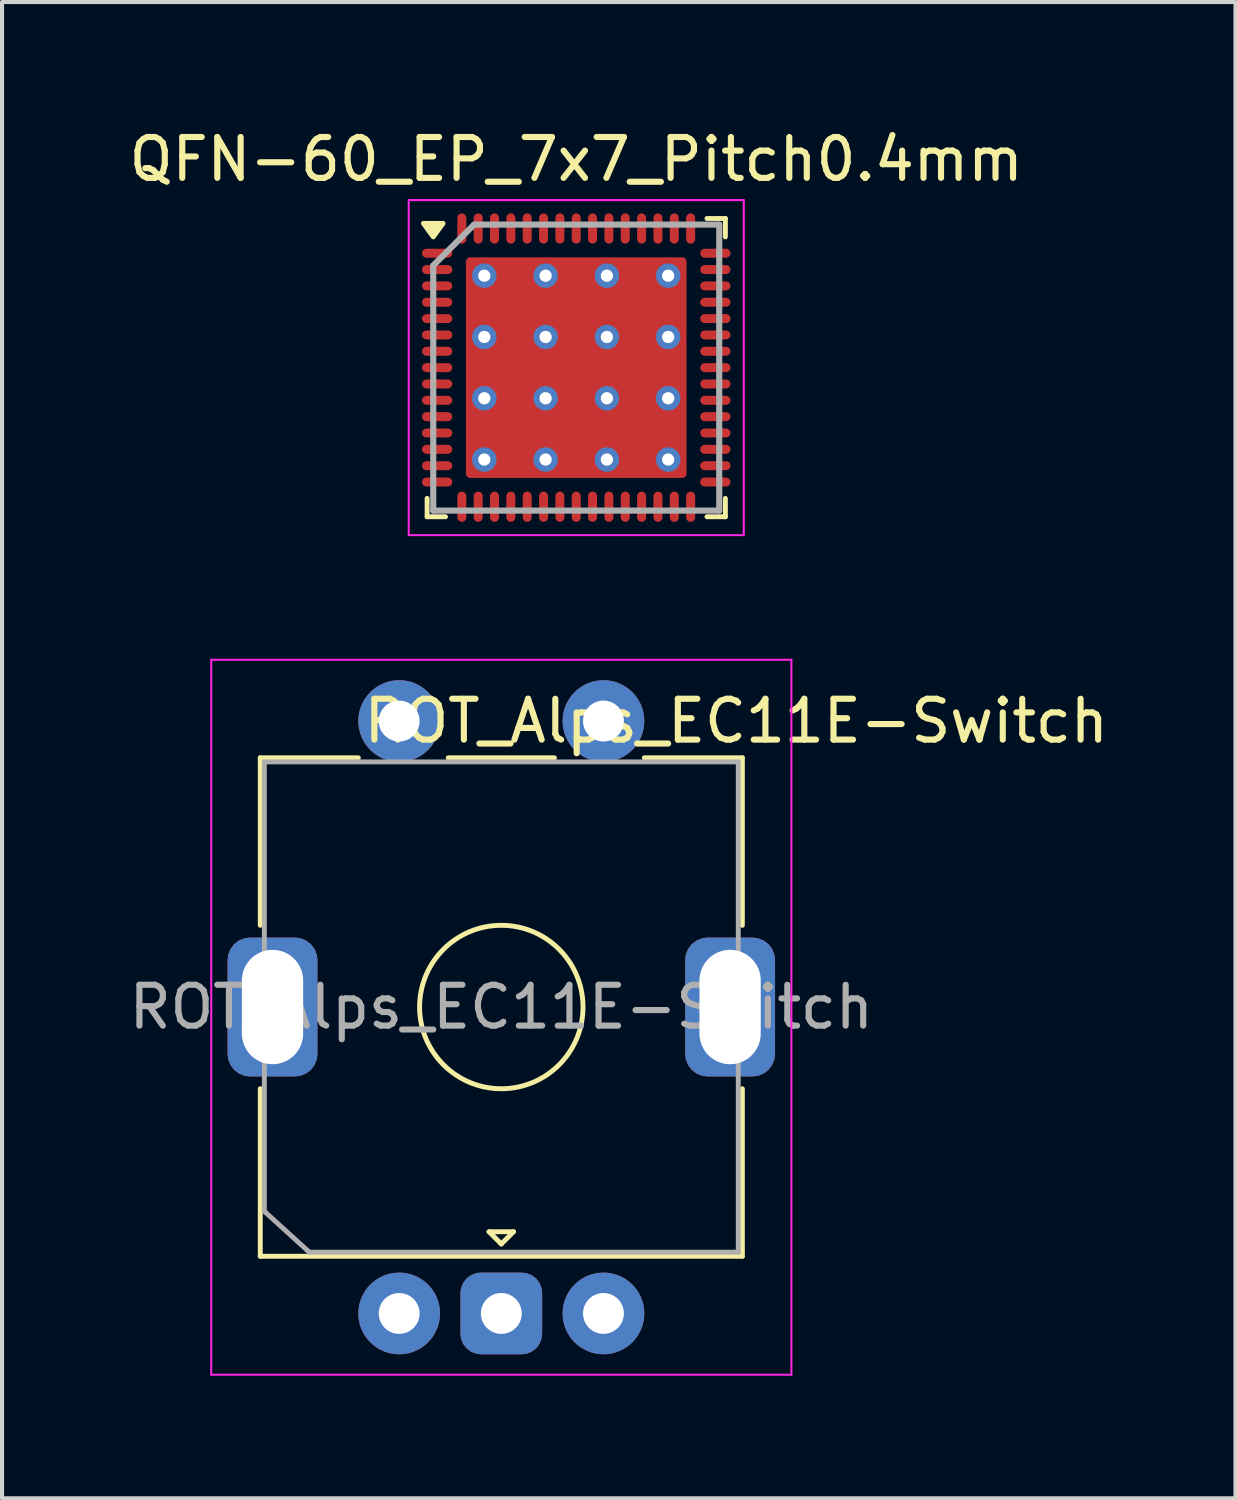
<source format=kicad_pcb>
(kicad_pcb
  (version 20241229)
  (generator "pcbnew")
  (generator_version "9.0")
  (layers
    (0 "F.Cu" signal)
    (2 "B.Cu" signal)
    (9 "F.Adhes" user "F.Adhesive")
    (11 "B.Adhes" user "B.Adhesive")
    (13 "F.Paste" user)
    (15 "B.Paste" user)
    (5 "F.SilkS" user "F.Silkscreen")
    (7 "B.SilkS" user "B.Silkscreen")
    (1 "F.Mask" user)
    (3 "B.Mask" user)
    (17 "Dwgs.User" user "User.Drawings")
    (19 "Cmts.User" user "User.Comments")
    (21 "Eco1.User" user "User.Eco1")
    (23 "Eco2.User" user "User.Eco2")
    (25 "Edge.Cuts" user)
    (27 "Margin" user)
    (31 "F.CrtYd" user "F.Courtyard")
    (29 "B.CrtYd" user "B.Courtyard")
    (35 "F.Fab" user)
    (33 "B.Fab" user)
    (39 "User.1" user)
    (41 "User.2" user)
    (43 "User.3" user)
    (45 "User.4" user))
  (footprint "ROT_Alps_EC11E-Switch"
    (layer "F.Cu")
    (at 9.22 21.598)
    (property "Reference" "ROT_Alps_EC11E-Switch" (at 5.75 -7 180) (layer "F.SilkS") (effects (font (size 1 1) (thickness 0.15))))
    (attr through_hole)
    (fp_line (start -5.9 -6.1) (end -3.5 -6.1) (stroke (width 0.12) (type solid)) (layer "F.SilkS"))
    (fp_line (start -5.9 -2) (end -5.9 -6.1) (stroke (width 0.12) (type solid)) (layer "F.SilkS"))
    (fp_line (start -5.9 2) (end -5.9 6.1) (stroke (width 0.12) (type solid)) (layer "F.SilkS"))
    (fp_line (start -5.9 6.1) (end 5.9 6.1) (stroke (width 0.12) (type solid)) (layer "F.SilkS"))
    (fp_line (start -1.3 -6.1) (end 1.3 -6.1) (stroke (width 0.12) (type solid)) (layer "F.SilkS"))
    (fp_line (start -0.3 5.5) (end 0.3 5.5) (stroke (width 0.12) (type solid)) (layer "F.SilkS"))
    (fp_line (start 0 5.8) (end -0.3 5.5) (stroke (width 0.12) (type solid)) (layer "F.SilkS"))
    (fp_line (start 0.3 5.5) (end 0 5.8) (stroke (width 0.12) (type solid)) (layer "F.SilkS"))
    (fp_line (start 3.5 -6.1) (end 5.9 -6.1) (stroke (width 0.12) (type solid)) (layer "F.SilkS"))
    (fp_line (start 5.9 -6.1) (end 5.9 -2) (stroke (width 0.12) (type solid)) (layer "F.SilkS"))
    (fp_line (start 5.9 2) (end 5.9 6.1) (stroke (width 0.12) (type solid)) (layer "F.SilkS"))
    (fp_circle (center 0 0) (end 0 -2) (stroke (width 0.12) (type solid)) (fill no) (layer "F.SilkS"))
    (fp_line (start -7.1 9) (end -7.1 -8.5) (stroke (width 0.05) (type solid)) (layer "F.CrtYd"))
    (fp_line (start -7.1 9) (end 7.1 9) (stroke (width 0.05) (type solid)) (layer "F.CrtYd"))
    (fp_line (start 7.1 -8.5) (end -7.1 -8.5) (stroke (width 0.05) (type solid)) (layer "F.CrtYd"))
    (fp_line (start 7.1 -8.5) (end 7.1 9) (stroke (width 0.05) (type solid)) (layer "F.CrtYd"))
    (fp_line (start -5.8 -6) (end 5.8 -6) (stroke (width 0.12) (type solid)) (layer "F.Fab"))
    (fp_line (start -5.8 5) (end -5.8 -6) (stroke (width 0.12) (type solid)) (layer "F.Fab"))
    (fp_line (start -4.7 6) (end -5.8 5) (stroke (width 0.12) (type solid)) (layer "F.Fab"))
    (fp_line (start 5.8 -6) (end 5.8 6) (stroke (width 0.12) (type solid)) (layer "F.Fab"))
    (fp_line (start 5.8 6) (end -4.7 6) (stroke (width 0.12) (type solid)) (layer "F.Fab"))
    (fp_text user "${REFERENCE}" (at 0 0 0) (layer "F.Fab") (effects (font (size 1 1) (thickness 0.15))))
    (pad "A" thru_hole circle (at -2.5 7.5 90) (size 2 2) (drill 1) (layers "*.Cu" "B.Mask"))
    (pad "B" thru_hole circle (at 2.5 7.5 90) (size 2 2) (drill 1) (layers "*.Cu" "B.Mask"))
    (pad "C" thru_hole roundrect (at 0 7.5 90) (size 2 2) (drill 1) (layers "*.Cu" "B.Mask") (roundrect_rratio 0.25))
    (pad "MP" thru_hole roundrect (at -5.6 0 90) (size 3.4 2.2) (drill oval 2.8 1.5) (layers "*.Cu" "B.Mask") (roundrect_rratio 0.25))
    (pad "MP" thru_hole roundrect (at 5.6 0 90) (size 3.4 2.2) (drill oval 2.8 1.5) (layers "*.Cu" "B.Mask") (roundrect_rratio 0.25))
    (pad "S1" thru_hole circle (at 2.5 -7 90) (size 2 2) (drill 1) (layers "*.Cu" "B.Mask"))
    (pad "S2" thru_hole circle (at -2.5 -7 90) (size 2 2) (drill 1) (layers "*.Cu" "B.Mask")))
  (footprint "QFN-60_EP_7x7_Pitch0.4mm"
    (layer "F.Cu")
    (at 11.054 5.948)
    (property "Reference" "QFN-60_EP_7x7_Pitch0.4mm" (at 0 -5.1 0) (layer "F.SilkS") (effects (font (size 1 1) (thickness 0.15))))
    (attr smd)
    (fp_line (start -3.65 3.65) (end -3.65 3.2) (stroke (width 0.12) (type solid)) (layer "F.SilkS"))
    (fp_line (start -3.2 3.65) (end -3.65 3.65) (stroke (width 0.12) (type solid)) (layer "F.SilkS"))
    (fp_line (start 3.2 -3.65) (end 3.65 -3.65) (stroke (width 0.12) (type solid)) (layer "F.SilkS"))
    (fp_line (start 3.2 3.65) (end 3.65 3.65) (stroke (width 0.12) (type solid)) (layer "F.SilkS"))
    (fp_line (start 3.65 -3.65) (end 3.65 -3.2) (stroke (width 0.12) (type solid)) (layer "F.SilkS"))
    (fp_line (start 3.65 3.65) (end 3.65 3.2) (stroke (width 0.12) (type solid)) (layer "F.SilkS"))
    (fp_poly (pts (xy -3.5 -3.2) (xy -3.74 -3.53) (xy -3.26 -3.53) (xy -3.5 -3.2)) (stroke (width 0.12) (type solid)) (fill yes) (layer "F.SilkS"))
    (fp_line (start -4.1 -4.1) (end 4.1 -4.1) (stroke (width 0.05) (type solid)) (layer "F.CrtYd"))
    (fp_line (start -4.1 4.1) (end -4.1 -4.1) (stroke (width 0.05) (type solid)) (layer "F.CrtYd"))
    (fp_line (start 4.1 -4.1) (end 4.1 4.1) (stroke (width 0.05) (type solid)) (layer "F.CrtYd"))
    (fp_line (start 4.1 4.1) (end -4.1 4.1) (stroke (width 0.05) (type solid)) (layer "F.CrtYd"))
    (fp_line (start -3.5 -2.5) (end -3.5 3.5) (stroke (width 0.15) (type solid)) (layer "F.Fab"))
    (fp_line (start -3.5 3.5) (end 3.5 3.5) (stroke (width 0.15) (type solid)) (layer "F.Fab"))
    (fp_line (start -2.5 -3.5) (end -3.5 -2.5) (stroke (width 0.15) (type solid)) (layer "F.Fab"))
    (fp_line (start 3.5 -3.5) (end -2.5 -3.5) (stroke (width 0.15) (type solid)) (layer "F.Fab"))
    (fp_line (start 3.5 3.5) (end 3.5 -3.5) (stroke (width 0.15) (type solid)) (layer "F.Fab"))
    (pad "" smd roundrect (at -1.5 -1.5) (size 1.32 1.32) (layers "F.Paste") (roundrect_rratio 0.189))
    (pad "" smd roundrect (at -1.5 0) (size 1.32 1.32) (layers "F.Paste") (roundrect_rratio 0.189))
    (pad "" smd roundrect (at -1.5 1.5) (size 1.32 1.32) (layers "F.Paste") (roundrect_rratio 0.189))
    (pad "" smd roundrect (at -0.011 -0.006) (size 1.32 1.32) (layers "F.Paste") (roundrect_rratio 0.189))
    (pad "" smd roundrect (at 0 -1.5) (size 1.32 1.32) (layers "F.Paste") (roundrect_rratio 0.189))
    (pad "" smd roundrect (at 0 1.5) (size 1.32 1.32) (layers "F.Paste") (roundrect_rratio 0.189))
    (pad "" smd roundrect (at 1.5 -1.5) (size 1.32 1.32) (layers "F.Paste") (roundrect_rratio 0.189))
    (pad "" smd roundrect (at 1.5 0) (size 1.32 1.32) (layers "F.Paste") (roundrect_rratio 0.189))
    (pad "" smd roundrect (at 1.5 1.5) (size 1.32 1.32) (layers "F.Paste") (roundrect_rratio 0.189))
    (pad "1" smd oval (at -3.405 -2.8 90) (size 0.22 0.74) (layers "F.Cu" "F.Mask" "F.Paste"))
    (pad "2" smd oval (at -3.405 -2.4 90) (size 0.22 0.74) (layers "F.Cu" "F.Mask" "F.Paste"))
    (pad "3" smd oval (at -3.405 -2 90) (size 0.22 0.74) (layers "F.Cu" "F.Mask" "F.Paste"))
    (pad "4" smd oval (at -3.405 -1.6 90) (size 0.22 0.74) (layers "F.Cu" "F.Mask" "F.Paste"))
    (pad "5" smd oval (at -3.405 -1.2 90) (size 0.22 0.74) (layers "F.Cu" "F.Mask" "F.Paste"))
    (pad "6" smd oval (at -3.405 -0.8 90) (size 0.22 0.74) (layers "F.Cu" "F.Mask" "F.Paste"))
    (pad "7" smd oval (at -3.405 -0.4 90) (size 0.22 0.74) (layers "F.Cu" "F.Mask" "F.Paste"))
    (pad "8" smd oval (at -3.405 0 90) (size 0.22 0.74) (layers "F.Cu" "F.Mask" "F.Paste"))
    (pad "9" smd oval (at -3.405 0.4 90) (size 0.22 0.74) (layers "F.Cu" "F.Mask" "F.Paste"))
    (pad "10" smd oval (at -3.405 0.8 90) (size 0.22 0.74) (layers "F.Cu" "F.Mask" "F.Paste"))
    (pad "11" smd oval (at -3.405 1.2 90) (size 0.22 0.74) (layers "F.Cu" "F.Mask" "F.Paste"))
    (pad "12" smd oval (at -3.405 1.6 90) (size 0.22 0.74) (layers "F.Cu" "F.Mask" "F.Paste"))
    (pad "13" smd oval (at -3.405 2 90) (size 0.22 0.74) (layers "F.Cu" "F.Mask" "F.Paste"))
    (pad "14" smd oval (at -3.405 2.4 90) (size 0.22 0.74) (layers "F.Cu" "F.Mask" "F.Paste"))
    (pad "15" smd oval (at -3.405 2.8 90) (size 0.22 0.74) (layers "F.Cu" "F.Mask" "F.Paste"))
    (pad "16" smd oval (at -2.8 3.405) (size 0.22 0.74) (layers "F.Cu" "F.Mask" "F.Paste"))
    (pad "17" smd oval (at -2.4 3.405) (size 0.22 0.74) (layers "F.Cu" "F.Mask" "F.Paste"))
    (pad "18" smd oval (at -2 3.405) (size 0.22 0.74) (layers "F.Cu" "F.Mask" "F.Paste"))
    (pad "19" smd oval (at -1.6 3.405) (size 0.22 0.74) (layers "F.Cu" "F.Mask" "F.Paste"))
    (pad "20" smd oval (at -1.2 3.405) (size 0.22 0.74) (layers "F.Cu" "F.Mask" "F.Paste"))
    (pad "21" smd oval (at -0.8 3.405) (size 0.22 0.74) (layers "F.Cu" "F.Mask" "F.Paste"))
    (pad "22" smd oval (at -0.4 3.405) (size 0.22 0.74) (layers "F.Cu" "F.Mask" "F.Paste"))
    (pad "23" smd oval (at 0 3.405) (size 0.22 0.74) (layers "F.Cu" "F.Mask" "F.Paste"))
    (pad "24" smd oval (at 0.4 3.405) (size 0.22 0.74) (layers "F.Cu" "F.Mask" "F.Paste"))
    (pad "25" smd oval (at 0.8 3.405) (size 0.22 0.74) (layers "F.Cu" "F.Mask" "F.Paste"))
    (pad "26" smd oval (at 1.2 3.405) (size 0.22 0.74) (layers "F.Cu" "F.Mask" "F.Paste"))
    (pad "27" smd oval (at 1.6 3.405) (size 0.22 0.74) (layers "F.Cu" "F.Mask" "F.Paste"))
    (pad "28" smd oval (at 2 3.405) (size 0.22 0.74) (layers "F.Cu" "F.Mask" "F.Paste"))
    (pad "29" smd oval (at 2.4 3.405) (size 0.22 0.74) (layers "F.Cu" "F.Mask" "F.Paste"))
    (pad "30" smd oval (at 2.8 3.405) (size 0.22 0.74) (layers "F.Cu" "F.Mask" "F.Paste"))
    (pad "31" smd oval (at 3.405 2.8 90) (size 0.22 0.74) (layers "F.Cu" "F.Mask" "F.Paste"))
    (pad "32" smd oval (at 3.405 2.4 90) (size 0.22 0.74) (layers "F.Cu" "F.Mask" "F.Paste"))
    (pad "33" smd oval (at 3.405 2 90) (size 0.22 0.74) (layers "F.Cu" "F.Mask" "F.Paste"))
    (pad "34" smd oval (at 3.405 1.6 90) (size 0.22 0.74) (layers "F.Cu" "F.Mask" "F.Paste"))
    (pad "35" smd oval (at 3.405 1.2 90) (size 0.22 0.74) (layers "F.Cu" "F.Mask" "F.Paste"))
    (pad "36" smd oval (at 3.405 0.8 90) (size 0.22 0.74) (layers "F.Cu" "F.Mask" "F.Paste"))
    (pad "37" smd oval (at 3.405 0.4 90) (size 0.22 0.74) (layers "F.Cu" "F.Mask" "F.Paste"))
    (pad "38" smd oval (at 3.405 0 90) (size 0.22 0.74) (layers "F.Cu" "F.Mask" "F.Paste"))
    (pad "39" smd oval (at 3.405 -0.4 90) (size 0.22 0.74) (layers "F.Cu" "F.Mask" "F.Paste"))
    (pad "40" smd oval (at 3.405 -0.8 90) (size 0.22 0.74) (layers "F.Cu" "F.Mask" "F.Paste"))
    (pad "41" smd oval (at 3.405 -1.2 90) (size 0.22 0.74) (layers "F.Cu" "F.Mask" "F.Paste"))
    (pad "42" smd oval (at 3.405 -1.6 90) (size 0.22 0.74) (layers "F.Cu" "F.Mask" "F.Paste"))
    (pad "43" smd oval (at 3.405 -2 90) (size 0.22 0.74) (layers "F.Cu" "F.Mask" "F.Paste"))
    (pad "44" smd oval (at 3.405 -2.4 90) (size 0.22 0.74) (layers "F.Cu" "F.Mask" "F.Paste"))
    (pad "45" smd oval (at 3.405 -2.8 90) (size 0.22 0.74) (layers "F.Cu" "F.Mask" "F.Paste"))
    (pad "46" smd oval (at 2.8 -3.405) (size 0.22 0.74) (layers "F.Cu" "F.Mask" "F.Paste"))
    (pad "47" smd oval (at 2.4 -3.405) (size 0.22 0.74) (layers "F.Cu" "F.Mask" "F.Paste"))
    (pad "48" smd oval (at 2 -3.405) (size 0.22 0.74) (layers "F.Cu" "F.Mask" "F.Paste"))
    (pad "49" smd oval (at 1.6 -3.405) (size 0.22 0.74) (layers "F.Cu" "F.Mask" "F.Paste"))
    (pad "50" smd oval (at 1.2 -3.405) (size 0.22 0.74) (layers "F.Cu" "F.Mask" "F.Paste"))
    (pad "51" smd oval (at 0.8 -3.405) (size 0.22 0.74) (layers "F.Cu" "F.Mask" "F.Paste"))
    (pad "52" smd oval (at 0.4 -3.405) (size 0.22 0.74) (layers "F.Cu" "F.Mask" "F.Paste"))
    (pad "53" smd oval (at 0 -3.405) (size 0.22 0.74) (layers "F.Cu" "F.Mask" "F.Paste"))
    (pad "54" smd oval (at -0.4 -3.405) (size 0.22 0.74) (layers "F.Cu" "F.Mask" "F.Paste"))
    (pad "55" smd oval (at -0.8 -3.405) (size 0.22 0.74) (layers "F.Cu" "F.Mask" "F.Paste"))
    (pad "56" smd oval (at -1.2 -3.405) (size 0.22 0.74) (layers "F.Cu" "F.Mask" "F.Paste"))
    (pad "57" smd oval (at -1.6 -3.405) (size 0.22 0.74) (layers "F.Cu" "F.Mask" "F.Paste"))
    (pad "58" smd oval (at -2 -3.405) (size 0.22 0.74) (layers "F.Cu" "F.Mask" "F.Paste"))
    (pad "59" smd oval (at -2.4 -3.405) (size 0.22 0.74) (layers "F.Cu" "F.Mask" "F.Paste"))
    (pad "60" smd oval (at -2.8 -3.405) (size 0.22 0.74) (layers "F.Cu" "F.Mask" "F.Paste"))
    (pad "61" thru_hole circle (at -2.25 -2.25) (size 0.6 0.6) (drill 0.3) (property pad_prop_heatsink) (layers "*.Cu" "*.Mask"))
    (pad "61" thru_hole circle (at -2.25 -0.75 90) (size 0.6 0.6) (drill 0.3) (property pad_prop_heatsink) (layers "*.Cu" "*.Mask"))
    (pad "61" thru_hole circle (at -2.25 0.75 90) (size 0.6 0.6) (drill 0.3) (property pad_prop_heatsink) (layers "*.Cu" "*.Mask"))
    (pad "61" thru_hole circle (at -2.25 2.25 90) (size 0.6 0.6) (drill 0.3) (property pad_prop_heatsink) (layers "*.Cu" "*.Mask"))
    (pad "61" thru_hole circle (at -0.75 -2.25) (size 0.6 0.6) (drill 0.3) (property pad_prop_heatsink) (layers "*.Cu" "*.Mask"))
    (pad "61" thru_hole circle (at -0.75 -0.75) (size 0.6 0.6) (drill 0.3) (property pad_prop_heatsink) (layers "*.Cu" "*.Mask"))
    (pad "61" thru_hole circle (at -0.75 0.75) (size 0.6 0.6) (drill 0.3) (property pad_prop_heatsink) (layers "*.Cu" "*.Mask"))
    (pad "61" thru_hole circle (at -0.75 2.25) (size 0.6 0.6) (drill 0.3) (property pad_prop_heatsink) (layers "*.Cu" "*.Mask"))
    (pad "61" smd roundrect (at 0 0) (size 5.4 5.4) (layers "F.Cu" "F.Mask") (roundrect_rratio 0.019))
    (pad "61" thru_hole circle (at 0.75 -2.25) (size 0.6 0.6) (drill 0.3) (property pad_prop_heatsink) (layers "*.Cu" "*.Mask"))
    (pad "61" thru_hole circle (at 0.75 -0.75) (size 0.6 0.6) (drill 0.3) (property pad_prop_heatsink) (layers "*.Cu" "*.Mask"))
    (pad "61" thru_hole circle (at 0.75 0.75) (size 0.6 0.6) (drill 0.3) (property pad_prop_heatsink) (layers "*.Cu" "*.Mask"))
    (pad "61" thru_hole circle (at 0.75 2.25) (size 0.6 0.6) (drill 0.3) (property pad_prop_heatsink) (layers "*.Cu" "*.Mask"))
    (pad "61" thru_hole circle (at 2.25 -2.25) (size 0.6 0.6) (drill 0.3) (property pad_prop_heatsink) (layers "*.Cu" "*.Mask"))
    (pad "61" thru_hole circle (at 2.25 -0.75) (size 0.6 0.6) (drill 0.3) (property pad_prop_heatsink) (layers "*.Cu" "*.Mask"))
    (pad "61" thru_hole circle (at 2.25 0.75) (size 0.6 0.6) (drill 0.3) (property pad_prop_heatsink) (layers "*.Cu" "*.Mask"))
    (pad "61" thru_hole circle (at 2.25 2.25) (size 0.6 0.6) (drill 0.3) (property pad_prop_heatsink) (layers "*.Cu" "*.Mask")))
  (gr_rect
    (start -3 -3)
    (end 27.19 33.623)
    (stroke (width 0.1) (type default))
    (fill no)
    (layer "Edge.Cuts")))
</source>
